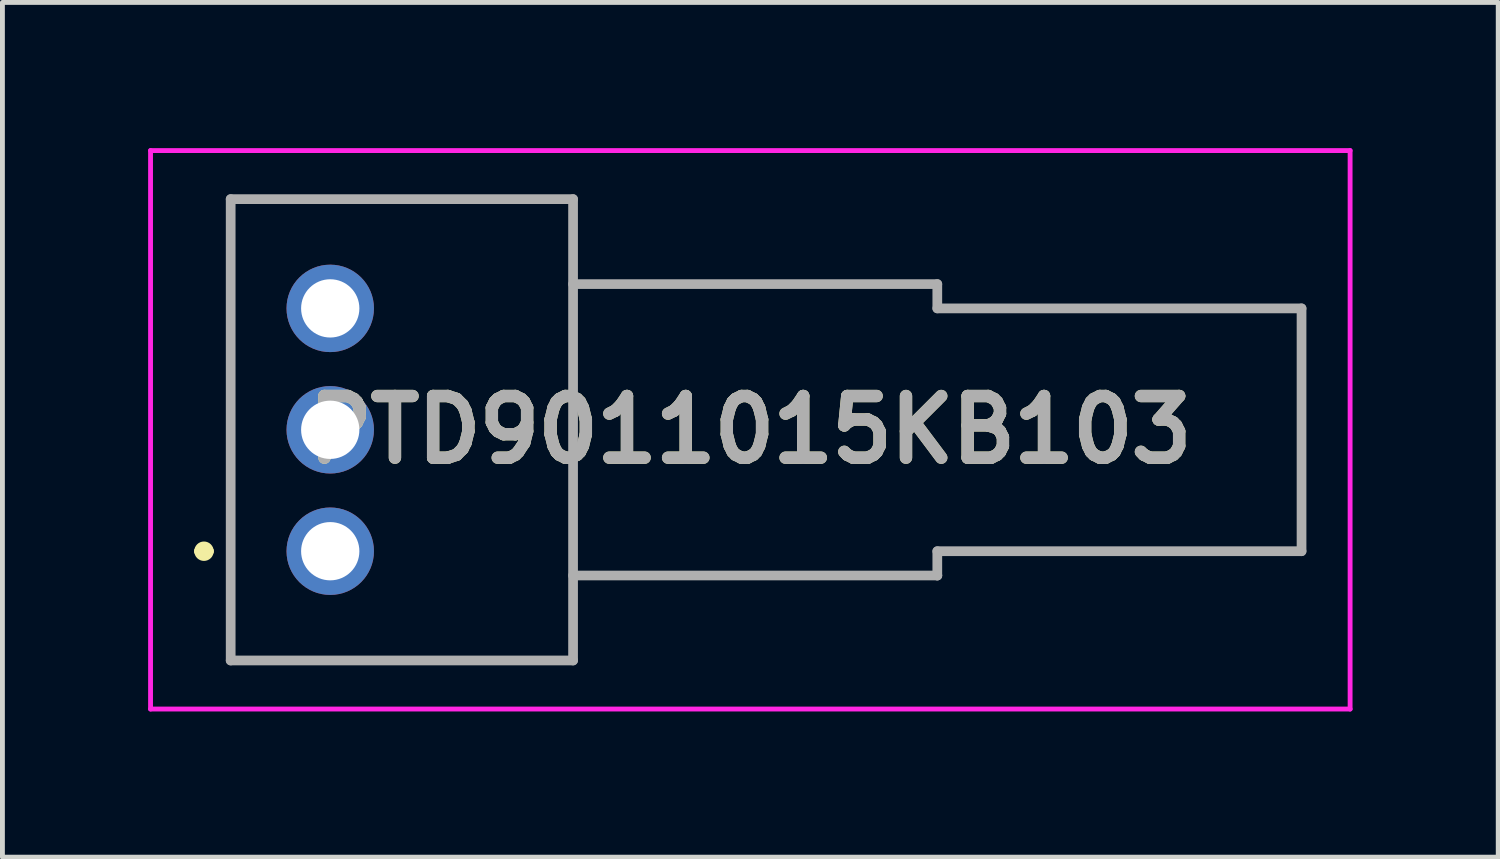
<source format=kicad_pcb>
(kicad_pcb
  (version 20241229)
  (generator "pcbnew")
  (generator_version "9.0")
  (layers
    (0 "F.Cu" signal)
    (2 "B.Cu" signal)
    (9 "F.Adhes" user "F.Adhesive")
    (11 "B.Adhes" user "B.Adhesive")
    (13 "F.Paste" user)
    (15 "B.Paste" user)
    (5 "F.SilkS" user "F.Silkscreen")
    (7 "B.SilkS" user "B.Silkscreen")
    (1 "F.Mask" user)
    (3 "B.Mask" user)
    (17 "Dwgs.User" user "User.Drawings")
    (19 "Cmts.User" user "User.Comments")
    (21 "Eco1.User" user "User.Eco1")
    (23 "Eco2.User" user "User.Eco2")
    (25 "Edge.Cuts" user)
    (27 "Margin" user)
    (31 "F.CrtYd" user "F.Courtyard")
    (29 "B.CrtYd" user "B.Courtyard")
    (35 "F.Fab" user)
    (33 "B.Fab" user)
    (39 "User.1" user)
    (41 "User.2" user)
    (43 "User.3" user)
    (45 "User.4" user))
  (footprint "PTD9011015KB103"
    (layer "F.Cu")
    (at 3.75 8.3)
    (property "Reference" "PTD9011015KB103" (at 8.65 -2.5 0) (layer "F.SilkS") (effects (font (size 1.27 1.27) (thickness 0.254))))
    (attr through_hole)
    (fp_line (start -2.7 0) (end -2.7 0) (stroke (width 0.2) (type solid)) (layer "F.SilkS"))
    (fp_line (start -2.5 0) (end -2.5 0) (stroke (width 0.2) (type solid)) (layer "F.SilkS"))
    (fp_line (start -2.05 -7.25) (end 5 -7.25) (stroke (width 0.1) (type solid)) (layer "F.SilkS"))
    (fp_line (start -2.05 2.25) (end -2.05 -7.25) (stroke (width 0.1) (type solid)) (layer "F.SilkS"))
    (fp_line (start 5 -7.25) (end 5 -5.5) (stroke (width 0.1) (type solid)) (layer "F.SilkS"))
    (fp_line (start 5 -5.5) (end 5 2.25) (stroke (width 0.1) (type solid)) (layer "F.SilkS"))
    (fp_line (start 5 0.5) (end 12.5 0.5) (stroke (width 0.1) (type solid)) (layer "F.SilkS"))
    (fp_line (start 5 2.25) (end -2.05 2.25) (stroke (width 0.1) (type solid)) (layer "F.SilkS"))
    (fp_line (start 12.5 -5.5) (end 5 -5.5) (stroke (width 0.1) (type solid)) (layer "F.SilkS"))
    (fp_line (start 12.5 -5) (end 12.5 -5.5) (stroke (width 0.1) (type solid)) (layer "F.SilkS"))
    (fp_line (start 12.5 0) (end 20 0) (stroke (width 0.1) (type solid)) (layer "F.SilkS"))
    (fp_line (start 12.5 0.5) (end 12.5 0) (stroke (width 0.1) (type solid)) (layer "F.SilkS"))
    (fp_line (start 20 -5) (end 12.5 -5) (stroke (width 0.1) (type solid)) (layer "F.SilkS"))
    (fp_line (start 20 0) (end 20 -5) (stroke (width 0.1) (type solid)) (layer "F.SilkS"))
    (fp_arc (start -2.7 0) (mid -2.6 -0.1) (end -2.5 0) (stroke (width 0.2) (type solid)) (layer "F.SilkS"))
    (fp_arc (start -2.5 0) (mid -2.6 0.1) (end -2.7 0) (stroke (width 0.2) (type solid)) (layer "F.SilkS"))
    (fp_line (start -3.7 -8.25) (end -3.7 3.25) (stroke (width 0.1) (type solid)) (layer "F.CrtYd"))
    (fp_line (start -3.7 3.25) (end 21 3.25) (stroke (width 0.1) (type solid)) (layer "F.CrtYd"))
    (fp_line (start 21 -8.25) (end -3.7 -8.25) (stroke (width 0.1) (type solid)) (layer "F.CrtYd"))
    (fp_line (start 21 3.25) (end 21 -8.25) (stroke (width 0.1) (type solid)) (layer "F.CrtYd"))
    (fp_line (start -2.05 -7.25) (end -2.05 2.25) (stroke (width 0.2) (type solid)) (layer "F.Fab"))
    (fp_line (start -2.05 2.25) (end 5 2.25) (stroke (width 0.2) (type solid)) (layer "F.Fab"))
    (fp_line (start 5 -7.25) (end -2.05 -7.25) (stroke (width 0.2) (type solid)) (layer "F.Fab"))
    (fp_line (start 5 0.5) (end 12.5 0.5) (stroke (width 0.2) (type solid)) (layer "F.Fab"))
    (fp_line (start 5 2.25) (end 5 -7.25) (stroke (width 0.2) (type solid)) (layer "F.Fab"))
    (fp_line (start 12.5 -5.5) (end 5 -5.5) (stroke (width 0.2) (type solid)) (layer "F.Fab"))
    (fp_line (start 12.5 -5) (end 12.5 -5.5) (stroke (width 0.2) (type solid)) (layer "F.Fab"))
    (fp_line (start 12.5 0) (end 20 0) (stroke (width 0.2) (type solid)) (layer "F.Fab"))
    (fp_line (start 12.5 0.5) (end 12.5 0) (stroke (width 0.2) (type solid)) (layer "F.Fab"))
    (fp_line (start 12.5 0.5) (end 12.5 0.5) (stroke (width 0.2) (type solid)) (layer "F.Fab"))
    (fp_line (start 20 -5) (end 12.5 -5) (stroke (width 0.2) (type solid)) (layer "F.Fab"))
    (fp_line (start 20 0) (end 20 -5) (stroke (width 0.2) (type solid)) (layer "F.Fab"))
    (fp_text user "${REFERENCE}" (at 8.65 -2.5 0) (layer "F.Fab") (effects (font (size 1.27 1.27) (thickness 0.254))))
    (pad "1" thru_hole circle (at 0 0) (size 1.8 1.8) (drill 1.2) (layers "*.Cu" "*.Mask"))
    (pad "2" thru_hole circle (at 0 -2.5) (size 1.8 1.8) (drill 1.2) (layers "*.Cu" "*.Mask"))
    (pad "3" thru_hole circle (at 0 -5) (size 1.8 1.8) (drill 1.2) (layers "*.Cu" "*.Mask")))
  (gr_rect
    (start -3 -3)
    (end 27.8 14.6)
    (stroke (width 0.1) (type default))
    (fill no)
    (layer "Edge.Cuts")))
</source>
